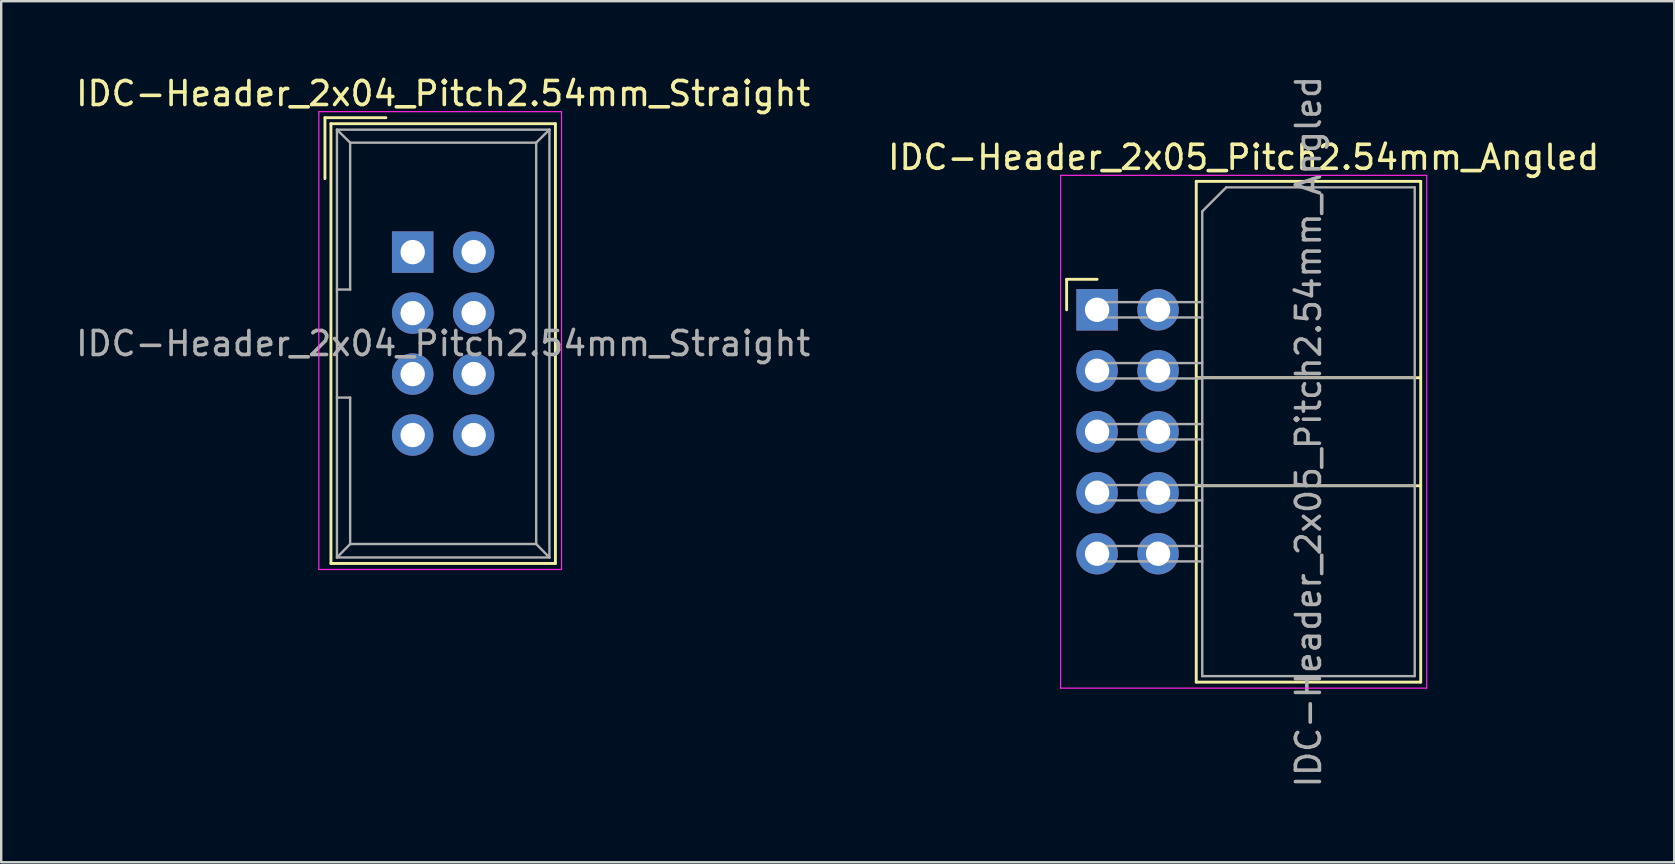
<source format=kicad_pcb>
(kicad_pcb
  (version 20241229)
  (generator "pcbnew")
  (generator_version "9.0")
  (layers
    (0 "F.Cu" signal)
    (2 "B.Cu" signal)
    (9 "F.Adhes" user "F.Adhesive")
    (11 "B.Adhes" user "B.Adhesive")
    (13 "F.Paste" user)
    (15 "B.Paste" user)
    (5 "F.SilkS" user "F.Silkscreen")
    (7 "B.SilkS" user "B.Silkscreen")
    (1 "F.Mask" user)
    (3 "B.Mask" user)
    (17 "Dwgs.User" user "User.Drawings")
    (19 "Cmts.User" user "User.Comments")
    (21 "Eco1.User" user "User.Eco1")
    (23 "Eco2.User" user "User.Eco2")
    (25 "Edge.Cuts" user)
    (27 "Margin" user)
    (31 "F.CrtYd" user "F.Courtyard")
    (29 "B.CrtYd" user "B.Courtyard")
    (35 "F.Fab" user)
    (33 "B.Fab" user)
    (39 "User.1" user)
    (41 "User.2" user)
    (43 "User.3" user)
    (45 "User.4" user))
  (footprint "IDC-Header_2x05_Pitch2.54mm_Angled"
    (layer "F.Cu")
    (at 42.651 9.855)
    (property "Reference" "IDC-Header_2x05_Pitch2.54mm_Angled" (at 6.105 -6.35 0) (layer "F.SilkS") (effects (font (size 1 1) (thickness 0.15))))
    (attr through_hole)
    (fp_line (start -1.27 -1.27) (end -1.27 0) (stroke (width 0.12) (type solid)) (layer "F.SilkS"))
    (fp_line (start 0 -1.27) (end -1.27 -1.27) (stroke (width 0.12) (type solid)) (layer "F.SilkS"))
    (fp_line (start 4.13 -5.35) (end 13.48 -5.35) (stroke (width 0.12) (type solid)) (layer "F.SilkS"))
    (fp_line (start 4.13 2.83) (end 13.48 2.83) (stroke (width 0.12) (type solid)) (layer "F.SilkS"))
    (fp_line (start 4.13 7.33) (end 13.48 7.33) (stroke (width 0.12) (type solid)) (layer "F.SilkS"))
    (fp_line (start 4.13 15.51) (end 4.13 -5.35) (stroke (width 0.12) (type solid)) (layer "F.SilkS"))
    (fp_line (start 4.13 15.51) (end 13.48 15.51) (stroke (width 0.12) (type solid)) (layer "F.SilkS"))
    (fp_line (start 13.48 -5.35) (end 13.48 15.51) (stroke (width 0.12) (type solid)) (layer "F.SilkS"))
    (fp_line (start -1.52 -5.6) (end 13.73 -5.6) (stroke (width 0.05) (type solid)) (layer "F.CrtYd"))
    (fp_line (start -1.52 15.76) (end -1.52 -5.6) (stroke (width 0.05) (type solid)) (layer "F.CrtYd"))
    (fp_line (start 13.73 -5.6) (end 13.73 15.76) (stroke (width 0.05) (type solid)) (layer "F.CrtYd"))
    (fp_line (start 13.73 15.76) (end -1.52 15.76) (stroke (width 0.05) (type solid)) (layer "F.CrtYd"))
    (fp_line (start -0.32 -0.32) (end -0.32 0.32) (stroke (width 0.1) (type solid)) (layer "F.Fab"))
    (fp_line (start -0.32 0.32) (end 4.38 0.32) (stroke (width 0.1) (type solid)) (layer "F.Fab"))
    (fp_line (start -0.32 2.22) (end -0.32 2.86) (stroke (width 0.1) (type solid)) (layer "F.Fab"))
    (fp_line (start -0.32 2.86) (end 4.38 2.86) (stroke (width 0.1) (type solid)) (layer "F.Fab"))
    (fp_line (start -0.32 4.76) (end -0.32 5.4) (stroke (width 0.1) (type solid)) (layer "F.Fab"))
    (fp_line (start -0.32 5.4) (end 4.38 5.4) (stroke (width 0.1) (type solid)) (layer "F.Fab"))
    (fp_line (start -0.32 7.3) (end -0.32 7.94) (stroke (width 0.1) (type solid)) (layer "F.Fab"))
    (fp_line (start -0.32 7.94) (end 4.38 7.94) (stroke (width 0.1) (type solid)) (layer "F.Fab"))
    (fp_line (start -0.32 9.84) (end -0.32 10.48) (stroke (width 0.1) (type solid)) (layer "F.Fab"))
    (fp_line (start -0.32 10.48) (end 4.38 10.48) (stroke (width 0.1) (type solid)) (layer "F.Fab"))
    (fp_line (start 4.38 -4.1) (end 5.38 -5.1) (stroke (width 0.1) (type solid)) (layer "F.Fab"))
    (fp_line (start 4.38 -0.32) (end -0.32 -0.32) (stroke (width 0.1) (type solid)) (layer "F.Fab"))
    (fp_line (start 4.38 2.22) (end -0.32 2.22) (stroke (width 0.1) (type solid)) (layer "F.Fab"))
    (fp_line (start 4.38 2.83) (end 13.23 2.83) (stroke (width 0.1) (type solid)) (layer "F.Fab"))
    (fp_line (start 4.38 4.76) (end -0.32 4.76) (stroke (width 0.1) (type solid)) (layer "F.Fab"))
    (fp_line (start 4.38 7.3) (end -0.32 7.3) (stroke (width 0.1) (type solid)) (layer "F.Fab"))
    (fp_line (start 4.38 7.33) (end 13.23 7.33) (stroke (width 0.1) (type solid)) (layer "F.Fab"))
    (fp_line (start 4.38 9.84) (end -0.32 9.84) (stroke (width 0.1) (type solid)) (layer "F.Fab"))
    (fp_line (start 4.38 15.26) (end 4.38 -4.1) (stroke (width 0.1) (type solid)) (layer "F.Fab"))
    (fp_line (start 4.38 15.26) (end 13.23 15.26) (stroke (width 0.1) (type solid)) (layer "F.Fab"))
    (fp_line (start 5.38 -5.1) (end 13.23 -5.1) (stroke (width 0.1) (type solid)) (layer "F.Fab"))
    (fp_line (start 13.23 15.26) (end 13.23 -5.1) (stroke (width 0.1) (type solid)) (layer "F.Fab"))
    (fp_text user "${REFERENCE}" (at 8.805 5.08 90) (layer "F.Fab") (effects (font (size 1 1) (thickness 0.15))))
    (pad "1" thru_hole rect (at 0 0) (size 1.727 1.727) (drill 1.016) (layers "*.Cu" "*.Mask"))
    (pad "2" thru_hole oval (at 2.54 0) (size 1.727 1.727) (drill 1.016) (layers "*.Cu" "*.Mask"))
    (pad "3" thru_hole oval (at 0 2.54) (size 1.727 1.727) (drill 1.016) (layers "*.Cu" "*.Mask"))
    (pad "4" thru_hole oval (at 2.54 2.54) (size 1.727 1.727) (drill 1.016) (layers "*.Cu" "*.Mask"))
    (pad "5" thru_hole oval (at 0 5.08) (size 1.727 1.727) (drill 1.016) (layers "*.Cu" "*.Mask"))
    (pad "6" thru_hole oval (at 2.54 5.08) (size 1.727 1.727) (drill 1.016) (layers "*.Cu" "*.Mask"))
    (pad "7" thru_hole oval (at 0 7.62) (size 1.727 1.727) (drill 1.016) (layers "*.Cu" "*.Mask"))
    (pad "8" thru_hole oval (at 2.54 7.62) (size 1.727 1.727) (drill 1.016) (layers "*.Cu" "*.Mask"))
    (pad "9" thru_hole oval (at 0 10.16) (size 1.727 1.727) (drill 1.016) (layers "*.Cu" "*.Mask"))
    (pad "10" thru_hole oval (at 2.54 10.16) (size 1.727 1.727) (drill 1.016) (layers "*.Cu" "*.Mask")))
  (footprint "IDC-Header_2x04_Pitch2.54mm_Straight"
    (layer "F.Cu")
    (at 14.141 7.452)
    (property "Reference" "IDC-Header_2x04_Pitch2.54mm_Straight" (at 1.27 -6.604 0) (layer "F.SilkS") (effects (font (size 1 1) (thickness 0.15))))
    (attr through_hole)
    (fp_line (start -3.655 -5.6) (end -3.655 -3.06) (stroke (width 0.12) (type solid)) (layer "F.SilkS"))
    (fp_line (start -3.655 -5.6) (end -1.115 -5.6) (stroke (width 0.12) (type solid)) (layer "F.SilkS"))
    (fp_line (start -3.405 -5.35) (end 5.945 -5.35) (stroke (width 0.12) (type solid)) (layer "F.SilkS"))
    (fp_line (start -3.405 12.97) (end -3.405 -5.35) (stroke (width 0.12) (type solid)) (layer "F.SilkS"))
    (fp_line (start 5.945 -5.35) (end 5.945 12.97) (stroke (width 0.12) (type solid)) (layer "F.SilkS"))
    (fp_line (start 5.945 12.97) (end -3.405 12.97) (stroke (width 0.12) (type solid)) (layer "F.SilkS"))
    (fp_line (start -3.91 -5.85) (end 6.2 -5.85) (stroke (width 0.05) (type solid)) (layer "F.CrtYd"))
    (fp_line (start -3.91 13.22) (end -3.91 -5.85) (stroke (width 0.05) (type solid)) (layer "F.CrtYd"))
    (fp_line (start 6.2 -5.85) (end 6.2 13.22) (stroke (width 0.05) (type solid)) (layer "F.CrtYd"))
    (fp_line (start 6.2 13.22) (end -3.91 13.22) (stroke (width 0.05) (type solid)) (layer "F.CrtYd"))
    (fp_line (start -3.155 -5.1) (end -3.155 12.72) (stroke (width 0.1) (type solid)) (layer "F.Fab"))
    (fp_line (start -3.155 -5.1) (end -2.605 -4.56) (stroke (width 0.1) (type solid)) (layer "F.Fab"))
    (fp_line (start -3.155 12.72) (end -2.605 12.16) (stroke (width 0.1) (type solid)) (layer "F.Fab"))
    (fp_line (start -2.605 -4.56) (end -2.605 1.56) (stroke (width 0.1) (type solid)) (layer "F.Fab"))
    (fp_line (start -2.605 1.56) (end -3.155 1.56) (stroke (width 0.1) (type solid)) (layer "F.Fab"))
    (fp_line (start -2.605 6.06) (end -3.155 6.06) (stroke (width 0.1) (type solid)) (layer "F.Fab"))
    (fp_line (start -2.605 6.06) (end -2.605 12.16) (stroke (width 0.1) (type solid)) (layer "F.Fab"))
    (fp_line (start 5.145 -4.56) (end -2.605 -4.56) (stroke (width 0.1) (type solid)) (layer "F.Fab"))
    (fp_line (start 5.145 -4.56) (end 5.145 12.16) (stroke (width 0.1) (type solid)) (layer "F.Fab"))
    (fp_line (start 5.145 12.16) (end -2.605 12.16) (stroke (width 0.1) (type solid)) (layer "F.Fab"))
    (fp_line (start 5.695 -5.1) (end -3.155 -5.1) (stroke (width 0.1) (type solid)) (layer "F.Fab"))
    (fp_line (start 5.695 -5.1) (end 5.145 -4.56) (stroke (width 0.1) (type solid)) (layer "F.Fab"))
    (fp_line (start 5.695 -5.1) (end 5.695 12.72) (stroke (width 0.1) (type solid)) (layer "F.Fab"))
    (fp_line (start 5.695 12.72) (end -3.155 12.72) (stroke (width 0.1) (type solid)) (layer "F.Fab"))
    (fp_line (start 5.695 12.72) (end 5.145 12.16) (stroke (width 0.1) (type solid)) (layer "F.Fab"))
    (fp_text user "${REFERENCE}" (at 1.27 3.81 0) (layer "F.Fab") (effects (font (size 1 1) (thickness 0.15))))
    (pad "1" thru_hole rect (at 0 0) (size 1.727 1.727) (drill 1.016) (layers "*.Cu" "*.Mask"))
    (pad "2" thru_hole oval (at 2.54 0) (size 1.727 1.727) (drill 1.016) (layers "*.Cu" "*.Mask"))
    (pad "3" thru_hole oval (at 0 2.54) (size 1.727 1.727) (drill 1.016) (layers "*.Cu" "*.Mask"))
    (pad "4" thru_hole oval (at 2.54 2.54) (size 1.727 1.727) (drill 1.016) (layers "*.Cu" "*.Mask"))
    (pad "5" thru_hole oval (at 0 5.08) (size 1.727 1.727) (drill 1.016) (layers "*.Cu" "*.Mask"))
    (pad "6" thru_hole oval (at 2.54 5.08) (size 1.727 1.727) (drill 1.016) (layers "*.Cu" "*.Mask"))
    (pad "7" thru_hole oval (at 0 7.62) (size 1.727 1.727) (drill 1.016) (layers "*.Cu" "*.Mask"))
    (pad "8" thru_hole oval (at 2.54 7.62) (size 1.727 1.727) (drill 1.016) (layers "*.Cu" "*.Mask")))
  (gr_rect
    (start -3 -3)
    (end 66.69 32.869)
    (stroke (width 0.1) (type default))
    (fill no)
    (layer "Edge.Cuts")))
</source>
